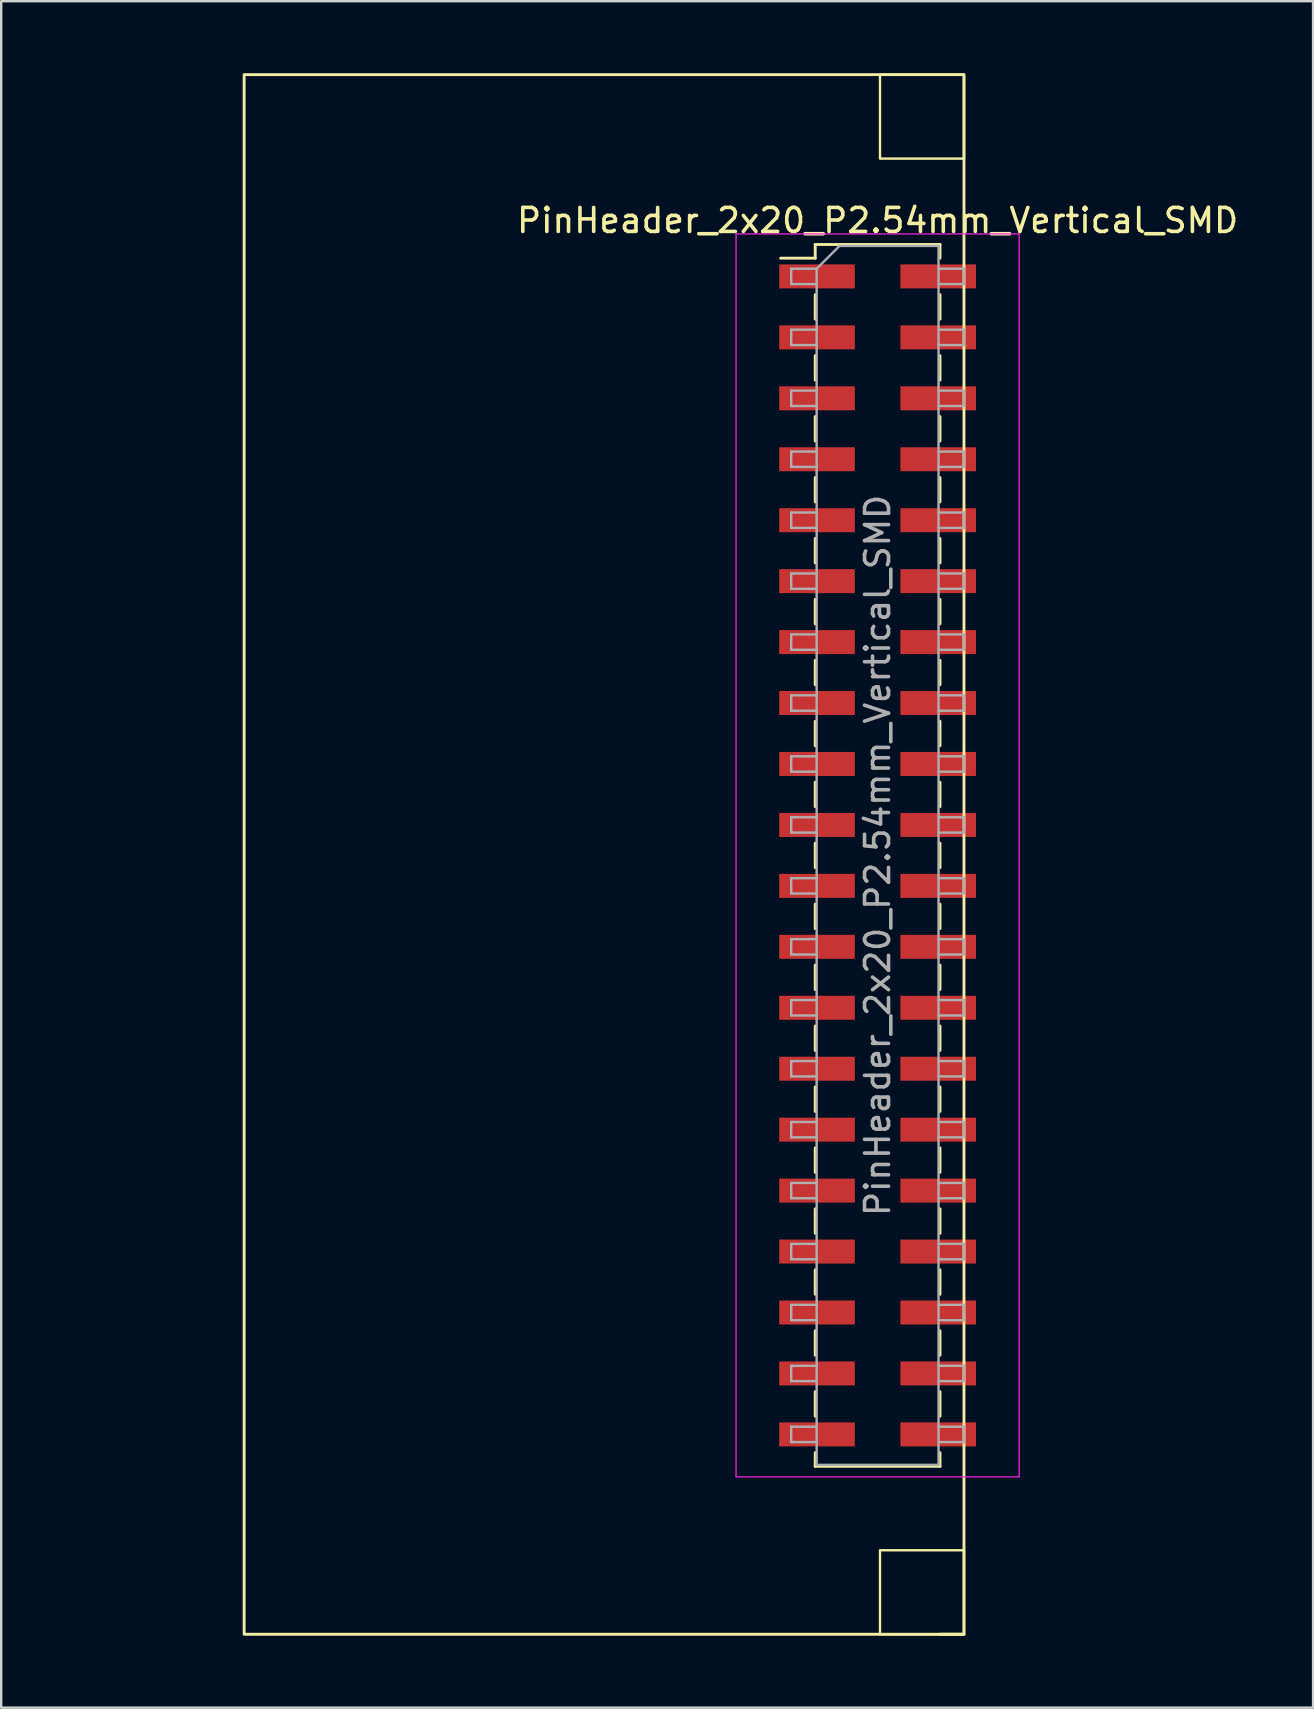
<source format=kicad_pcb>
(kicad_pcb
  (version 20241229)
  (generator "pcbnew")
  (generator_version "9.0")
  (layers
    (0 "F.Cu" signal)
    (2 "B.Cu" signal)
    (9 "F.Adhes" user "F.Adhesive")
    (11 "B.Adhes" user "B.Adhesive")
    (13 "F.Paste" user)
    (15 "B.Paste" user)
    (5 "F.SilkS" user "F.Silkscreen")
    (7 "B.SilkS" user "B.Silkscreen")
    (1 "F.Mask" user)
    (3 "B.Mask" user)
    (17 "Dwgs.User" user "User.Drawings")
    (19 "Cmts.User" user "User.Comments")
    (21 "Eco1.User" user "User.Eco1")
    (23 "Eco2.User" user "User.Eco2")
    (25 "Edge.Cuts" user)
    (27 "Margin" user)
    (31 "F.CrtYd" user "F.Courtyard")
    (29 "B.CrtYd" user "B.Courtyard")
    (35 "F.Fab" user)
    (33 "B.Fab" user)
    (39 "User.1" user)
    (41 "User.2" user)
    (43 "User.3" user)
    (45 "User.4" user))
  (footprint "PinHeader_2x20_P2.54mm_Vertical_SMD"
    (layer "F.Cu")
    (at 33.525 32.6)
    (property "Reference" "PinHeader_2x20_P2.54mm_Vertical_SMD" (at 0 -26.46 0) (layer "F.SilkS") (effects (font (size 1 1) (thickness 0.15))))
    (attr smd)
    (fp_line (start -4.04 -24.89) (end -2.6 -24.89) (stroke (width 0.12) (type solid)) (layer "F.SilkS"))
    (fp_line (start -2.6 -25.46) (end -2.6 -24.89) (stroke (width 0.12) (type solid)) (layer "F.SilkS"))
    (fp_line (start -2.6 -25.46) (end 2.6 -25.46) (stroke (width 0.12) (type solid)) (layer "F.SilkS"))
    (fp_line (start -2.6 -23.37) (end -2.6 -22.35) (stroke (width 0.12) (type solid)) (layer "F.SilkS"))
    (fp_line (start -2.6 -20.83) (end -2.6 -19.81) (stroke (width 0.12) (type solid)) (layer "F.SilkS"))
    (fp_line (start -2.6 -18.29) (end -2.6 -17.27) (stroke (width 0.12) (type solid)) (layer "F.SilkS"))
    (fp_line (start -2.6 -15.75) (end -2.6 -14.73) (stroke (width 0.12) (type solid)) (layer "F.SilkS"))
    (fp_line (start -2.6 -13.21) (end -2.6 -12.19) (stroke (width 0.12) (type solid)) (layer "F.SilkS"))
    (fp_line (start -2.6 -10.67) (end -2.6 -9.65) (stroke (width 0.12) (type solid)) (layer "F.SilkS"))
    (fp_line (start -2.6 -8.13) (end -2.6 -7.11) (stroke (width 0.12) (type solid)) (layer "F.SilkS"))
    (fp_line (start -2.6 -5.59) (end -2.6 -4.57) (stroke (width 0.12) (type solid)) (layer "F.SilkS"))
    (fp_line (start -2.6 -3.05) (end -2.6 -2.03) (stroke (width 0.12) (type solid)) (layer "F.SilkS"))
    (fp_line (start -2.6 -0.51) (end -2.6 0.51) (stroke (width 0.12) (type solid)) (layer "F.SilkS"))
    (fp_line (start -2.6 2.03) (end -2.6 3.05) (stroke (width 0.12) (type solid)) (layer "F.SilkS"))
    (fp_line (start -2.6 4.57) (end -2.6 5.59) (stroke (width 0.12) (type solid)) (layer "F.SilkS"))
    (fp_line (start -2.6 7.11) (end -2.6 8.13) (stroke (width 0.12) (type solid)) (layer "F.SilkS"))
    (fp_line (start -2.6 9.65) (end -2.6 10.67) (stroke (width 0.12) (type solid)) (layer "F.SilkS"))
    (fp_line (start -2.6 12.19) (end -2.6 13.21) (stroke (width 0.12) (type solid)) (layer "F.SilkS"))
    (fp_line (start -2.6 14.73) (end -2.6 15.75) (stroke (width 0.12) (type solid)) (layer "F.SilkS"))
    (fp_line (start -2.6 17.27) (end -2.6 18.29) (stroke (width 0.12) (type solid)) (layer "F.SilkS"))
    (fp_line (start -2.6 19.81) (end -2.6 20.83) (stroke (width 0.12) (type solid)) (layer "F.SilkS"))
    (fp_line (start -2.6 22.35) (end -2.6 23.37) (stroke (width 0.12) (type solid)) (layer "F.SilkS"))
    (fp_line (start -2.6 24.89) (end -2.6 25.46) (stroke (width 0.12) (type solid)) (layer "F.SilkS"))
    (fp_line (start -2.6 25.46) (end 2.6 25.46) (stroke (width 0.12) (type solid)) (layer "F.SilkS"))
    (fp_line (start 2.6 -25.46) (end 2.6 -24.89) (stroke (width 0.12) (type solid)) (layer "F.SilkS"))
    (fp_line (start 2.6 -23.37) (end 2.6 -22.35) (stroke (width 0.12) (type solid)) (layer "F.SilkS"))
    (fp_line (start 2.6 -20.83) (end 2.6 -19.81) (stroke (width 0.12) (type solid)) (layer "F.SilkS"))
    (fp_line (start 2.6 -18.29) (end 2.6 -17.27) (stroke (width 0.12) (type solid)) (layer "F.SilkS"))
    (fp_line (start 2.6 -15.75) (end 2.6 -14.73) (stroke (width 0.12) (type solid)) (layer "F.SilkS"))
    (fp_line (start 2.6 -13.21) (end 2.6 -12.19) (stroke (width 0.12) (type solid)) (layer "F.SilkS"))
    (fp_line (start 2.6 -10.67) (end 2.6 -9.65) (stroke (width 0.12) (type solid)) (layer "F.SilkS"))
    (fp_line (start 2.6 -8.13) (end 2.6 -7.11) (stroke (width 0.12) (type solid)) (layer "F.SilkS"))
    (fp_line (start 2.6 -5.59) (end 2.6 -4.57) (stroke (width 0.12) (type solid)) (layer "F.SilkS"))
    (fp_line (start 2.6 -3.05) (end 2.6 -2.03) (stroke (width 0.12) (type solid)) (layer "F.SilkS"))
    (fp_line (start 2.6 -0.51) (end 2.6 0.51) (stroke (width 0.12) (type solid)) (layer "F.SilkS"))
    (fp_line (start 2.6 2.03) (end 2.6 3.05) (stroke (width 0.12) (type solid)) (layer "F.SilkS"))
    (fp_line (start 2.6 4.57) (end 2.6 5.59) (stroke (width 0.12) (type solid)) (layer "F.SilkS"))
    (fp_line (start 2.6 7.11) (end 2.6 8.13) (stroke (width 0.12) (type solid)) (layer "F.SilkS"))
    (fp_line (start 2.6 9.65) (end 2.6 10.67) (stroke (width 0.12) (type solid)) (layer "F.SilkS"))
    (fp_line (start 2.6 12.19) (end 2.6 13.21) (stroke (width 0.12) (type solid)) (layer "F.SilkS"))
    (fp_line (start 2.6 14.73) (end 2.6 15.75) (stroke (width 0.12) (type solid)) (layer "F.SilkS"))
    (fp_line (start 2.6 17.27) (end 2.6 18.29) (stroke (width 0.12) (type solid)) (layer "F.SilkS"))
    (fp_line (start 2.6 19.81) (end 2.6 20.83) (stroke (width 0.12) (type solid)) (layer "F.SilkS"))
    (fp_line (start 2.6 22.35) (end 2.6 23.37) (stroke (width 0.12) (type solid)) (layer "F.SilkS"))
    (fp_line (start 2.6 24.89) (end 2.6 25.46) (stroke (width 0.12) (type solid)) (layer "F.SilkS"))
    (fp_line (start 2.6 32.46) (end 3.6 32.46) (stroke (width 0.12) (type solid)) (layer "F.SilkS"))
    (fp_rect (start 3.6 -32.54) (end 0.1 -29.04) (stroke (width 0.1) (type default)) (fill no) (layer "F.SilkS"))
    (fp_rect (start 3.6 32.46) (end -26.4 -32.54) (stroke (width 0.12) (type solid)) (fill no) (layer "F.SilkS"))
    (fp_rect (start 3.6 32.46) (end 0.1 28.96) (stroke (width 0.1) (type default)) (fill no) (layer "F.SilkS"))
    (fp_line (start -26.395 8.89) (end -24.845 7.94) (stroke (width 0.1) (type default)) (layer "Eco1.User"))
    (fp_line (start -24.845 9.84) (end -26.395 8.89) (stroke (width 0.1) (type default)) (layer "Eco1.User"))
    (fp_line (start 2.525 8.89) (end -33.475 8.89) (stroke (width 0.1) (type default)) (layer "Eco1.User"))
    (fp_circle (center -24.845 7.94) (end -24.045 7.94) (stroke (width 0.1) (type solid)) (fill no) (layer "Eco1.User"))
    (fp_circle (center -24.845 9.84) (end -24.045 9.84) (stroke (width 0.1) (type solid)) (fill no) (layer "Eco1.User"))
    (fp_line (start -5.9 -25.9) (end -5.9 25.9) (stroke (width 0.05) (type solid)) (layer "F.CrtYd"))
    (fp_line (start -5.9 25.9) (end 5.9 25.9) (stroke (width 0.05) (type solid)) (layer "F.CrtYd"))
    (fp_line (start 5.9 -25.9) (end -5.9 -25.9) (stroke (width 0.05) (type solid)) (layer "F.CrtYd"))
    (fp_line (start 5.9 25.9) (end 5.9 -25.9) (stroke (width 0.05) (type solid)) (layer "F.CrtYd"))
    (fp_line (start -3.6 -24.45) (end -3.6 -23.81) (stroke (width 0.1) (type solid)) (layer "F.Fab"))
    (fp_line (start -3.6 -23.81) (end -2.54 -23.81) (stroke (width 0.1) (type solid)) (layer "F.Fab"))
    (fp_line (start -3.6 -21.91) (end -3.6 -21.27) (stroke (width 0.1) (type solid)) (layer "F.Fab"))
    (fp_line (start -3.6 -21.27) (end -2.54 -21.27) (stroke (width 0.1) (type solid)) (layer "F.Fab"))
    (fp_line (start -3.6 -19.37) (end -3.6 -18.73) (stroke (width 0.1) (type solid)) (layer "F.Fab"))
    (fp_line (start -3.6 -18.73) (end -2.54 -18.73) (stroke (width 0.1) (type solid)) (layer "F.Fab"))
    (fp_line (start -3.6 -16.83) (end -3.6 -16.19) (stroke (width 0.1) (type solid)) (layer "F.Fab"))
    (fp_line (start -3.6 -16.19) (end -2.54 -16.19) (stroke (width 0.1) (type solid)) (layer "F.Fab"))
    (fp_line (start -3.6 -14.29) (end -3.6 -13.65) (stroke (width 0.1) (type solid)) (layer "F.Fab"))
    (fp_line (start -3.6 -13.65) (end -2.54 -13.65) (stroke (width 0.1) (type solid)) (layer "F.Fab"))
    (fp_line (start -3.6 -11.75) (end -3.6 -11.11) (stroke (width 0.1) (type solid)) (layer "F.Fab"))
    (fp_line (start -3.6 -11.11) (end -2.54 -11.11) (stroke (width 0.1) (type solid)) (layer "F.Fab"))
    (fp_line (start -3.6 -9.21) (end -3.6 -8.57) (stroke (width 0.1) (type solid)) (layer "F.Fab"))
    (fp_line (start -3.6 -8.57) (end -2.54 -8.57) (stroke (width 0.1) (type solid)) (layer "F.Fab"))
    (fp_line (start -3.6 -6.67) (end -3.6 -6.03) (stroke (width 0.1) (type solid)) (layer "F.Fab"))
    (fp_line (start -3.6 -6.03) (end -2.54 -6.03) (stroke (width 0.1) (type solid)) (layer "F.Fab"))
    (fp_line (start -3.6 -4.13) (end -3.6 -3.49) (stroke (width 0.1) (type solid)) (layer "F.Fab"))
    (fp_line (start -3.6 -3.49) (end -2.54 -3.49) (stroke (width 0.1) (type solid)) (layer "F.Fab"))
    (fp_line (start -3.6 -1.59) (end -3.6 -0.95) (stroke (width 0.1) (type solid)) (layer "F.Fab"))
    (fp_line (start -3.6 -0.95) (end -2.54 -0.95) (stroke (width 0.1) (type solid)) (layer "F.Fab"))
    (fp_line (start -3.6 0.95) (end -3.6 1.59) (stroke (width 0.1) (type solid)) (layer "F.Fab"))
    (fp_line (start -3.6 1.59) (end -2.54 1.59) (stroke (width 0.1) (type solid)) (layer "F.Fab"))
    (fp_line (start -3.6 3.49) (end -3.6 4.13) (stroke (width 0.1) (type solid)) (layer "F.Fab"))
    (fp_line (start -3.6 4.13) (end -2.54 4.13) (stroke (width 0.1) (type solid)) (layer "F.Fab"))
    (fp_line (start -3.6 6.03) (end -3.6 6.67) (stroke (width 0.1) (type solid)) (layer "F.Fab"))
    (fp_line (start -3.6 6.67) (end -2.54 6.67) (stroke (width 0.1) (type solid)) (layer "F.Fab"))
    (fp_line (start -3.6 8.57) (end -3.6 9.21) (stroke (width 0.1) (type solid)) (layer "F.Fab"))
    (fp_line (start -3.6 9.21) (end -2.54 9.21) (stroke (width 0.1) (type solid)) (layer "F.Fab"))
    (fp_line (start -3.6 11.11) (end -3.6 11.75) (stroke (width 0.1) (type solid)) (layer "F.Fab"))
    (fp_line (start -3.6 11.75) (end -2.54 11.75) (stroke (width 0.1) (type solid)) (layer "F.Fab"))
    (fp_line (start -3.6 13.65) (end -3.6 14.29) (stroke (width 0.1) (type solid)) (layer "F.Fab"))
    (fp_line (start -3.6 14.29) (end -2.54 14.29) (stroke (width 0.1) (type solid)) (layer "F.Fab"))
    (fp_line (start -3.6 16.19) (end -3.6 16.83) (stroke (width 0.1) (type solid)) (layer "F.Fab"))
    (fp_line (start -3.6 16.83) (end -2.54 16.83) (stroke (width 0.1) (type solid)) (layer "F.Fab"))
    (fp_line (start -3.6 18.73) (end -3.6 19.37) (stroke (width 0.1) (type solid)) (layer "F.Fab"))
    (fp_line (start -3.6 19.37) (end -2.54 19.37) (stroke (width 0.1) (type solid)) (layer "F.Fab"))
    (fp_line (start -3.6 21.27) (end -3.6 21.91) (stroke (width 0.1) (type solid)) (layer "F.Fab"))
    (fp_line (start -3.6 21.91) (end -2.54 21.91) (stroke (width 0.1) (type solid)) (layer "F.Fab"))
    (fp_line (start -3.6 23.81) (end -3.6 24.45) (stroke (width 0.1) (type solid)) (layer "F.Fab"))
    (fp_line (start -3.6 24.45) (end -2.54 24.45) (stroke (width 0.1) (type solid)) (layer "F.Fab"))
    (fp_line (start -2.54 -24.45) (end -3.6 -24.45) (stroke (width 0.1) (type solid)) (layer "F.Fab"))
    (fp_line (start -2.54 -24.45) (end -1.59 -25.4) (stroke (width 0.1) (type solid)) (layer "F.Fab"))
    (fp_line (start -2.54 -21.91) (end -3.6 -21.91) (stroke (width 0.1) (type solid)) (layer "F.Fab"))
    (fp_line (start -2.54 -19.37) (end -3.6 -19.37) (stroke (width 0.1) (type solid)) (layer "F.Fab"))
    (fp_line (start -2.54 -16.83) (end -3.6 -16.83) (stroke (width 0.1) (type solid)) (layer "F.Fab"))
    (fp_line (start -2.54 -14.29) (end -3.6 -14.29) (stroke (width 0.1) (type solid)) (layer "F.Fab"))
    (fp_line (start -2.54 -11.75) (end -3.6 -11.75) (stroke (width 0.1) (type solid)) (layer "F.Fab"))
    (fp_line (start -2.54 -9.21) (end -3.6 -9.21) (stroke (width 0.1) (type solid)) (layer "F.Fab"))
    (fp_line (start -2.54 -6.67) (end -3.6 -6.67) (stroke (width 0.1) (type solid)) (layer "F.Fab"))
    (fp_line (start -2.54 -4.13) (end -3.6 -4.13) (stroke (width 0.1) (type solid)) (layer "F.Fab"))
    (fp_line (start -2.54 -1.59) (end -3.6 -1.59) (stroke (width 0.1) (type solid)) (layer "F.Fab"))
    (fp_line (start -2.54 0.95) (end -3.6 0.95) (stroke (width 0.1) (type solid)) (layer "F.Fab"))
    (fp_line (start -2.54 3.49) (end -3.6 3.49) (stroke (width 0.1) (type solid)) (layer "F.Fab"))
    (fp_line (start -2.54 6.03) (end -3.6 6.03) (stroke (width 0.1) (type solid)) (layer "F.Fab"))
    (fp_line (start -2.54 8.57) (end -3.6 8.57) (stroke (width 0.1) (type solid)) (layer "F.Fab"))
    (fp_line (start -2.54 11.11) (end -3.6 11.11) (stroke (width 0.1) (type solid)) (layer "F.Fab"))
    (fp_line (start -2.54 13.65) (end -3.6 13.65) (stroke (width 0.1) (type solid)) (layer "F.Fab"))
    (fp_line (start -2.54 16.19) (end -3.6 16.19) (stroke (width 0.1) (type solid)) (layer "F.Fab"))
    (fp_line (start -2.54 18.73) (end -3.6 18.73) (stroke (width 0.1) (type solid)) (layer "F.Fab"))
    (fp_line (start -2.54 21.27) (end -3.6 21.27) (stroke (width 0.1) (type solid)) (layer "F.Fab"))
    (fp_line (start -2.54 23.81) (end -3.6 23.81) (stroke (width 0.1) (type solid)) (layer "F.Fab"))
    (fp_line (start -2.54 25.4) (end -2.54 -24.45) (stroke (width 0.1) (type solid)) (layer "F.Fab"))
    (fp_line (start -1.59 -25.4) (end 2.54 -25.4) (stroke (width 0.1) (type solid)) (layer "F.Fab"))
    (fp_line (start 2.54 -25.4) (end 2.54 25.4) (stroke (width 0.1) (type solid)) (layer "F.Fab"))
    (fp_line (start 2.54 -24.45) (end 3.6 -24.45) (stroke (width 0.1) (type solid)) (layer "F.Fab"))
    (fp_line (start 2.54 -21.91) (end 3.6 -21.91) (stroke (width 0.1) (type solid)) (layer "F.Fab"))
    (fp_line (start 2.54 -19.37) (end 3.6 -19.37) (stroke (width 0.1) (type solid)) (layer "F.Fab"))
    (fp_line (start 2.54 -16.83) (end 3.6 -16.83) (stroke (width 0.1) (type solid)) (layer "F.Fab"))
    (fp_line (start 2.54 -14.29) (end 3.6 -14.29) (stroke (width 0.1) (type solid)) (layer "F.Fab"))
    (fp_line (start 2.54 -11.75) (end 3.6 -11.75) (stroke (width 0.1) (type solid)) (layer "F.Fab"))
    (fp_line (start 2.54 -9.21) (end 3.6 -9.21) (stroke (width 0.1) (type solid)) (layer "F.Fab"))
    (fp_line (start 2.54 -6.67) (end 3.6 -6.67) (stroke (width 0.1) (type solid)) (layer "F.Fab"))
    (fp_line (start 2.54 -4.13) (end 3.6 -4.13) (stroke (width 0.1) (type solid)) (layer "F.Fab"))
    (fp_line (start 2.54 -1.59) (end 3.6 -1.59) (stroke (width 0.1) (type solid)) (layer "F.Fab"))
    (fp_line (start 2.54 0.95) (end 3.6 0.95) (stroke (width 0.1) (type solid)) (layer "F.Fab"))
    (fp_line (start 2.54 3.49) (end 3.6 3.49) (stroke (width 0.1) (type solid)) (layer "F.Fab"))
    (fp_line (start 2.54 6.03) (end 3.6 6.03) (stroke (width 0.1) (type solid)) (layer "F.Fab"))
    (fp_line (start 2.54 8.57) (end 3.6 8.57) (stroke (width 0.1) (type solid)) (layer "F.Fab"))
    (fp_line (start 2.54 11.11) (end 3.6 11.11) (stroke (width 0.1) (type solid)) (layer "F.Fab"))
    (fp_line (start 2.54 13.65) (end 3.6 13.65) (stroke (width 0.1) (type solid)) (layer "F.Fab"))
    (fp_line (start 2.54 16.19) (end 3.6 16.19) (stroke (width 0.1) (type solid)) (layer "F.Fab"))
    (fp_line (start 2.54 18.73) (end 3.6 18.73) (stroke (width 0.1) (type solid)) (layer "F.Fab"))
    (fp_line (start 2.54 21.27) (end 3.6 21.27) (stroke (width 0.1) (type solid)) (layer "F.Fab"))
    (fp_line (start 2.54 23.81) (end 3.6 23.81) (stroke (width 0.1) (type solid)) (layer "F.Fab"))
    (fp_line (start 2.54 25.4) (end -2.54 25.4) (stroke (width 0.1) (type solid)) (layer "F.Fab"))
    (fp_line (start 3.6 -24.45) (end 3.6 -23.81) (stroke (width 0.1) (type solid)) (layer "F.Fab"))
    (fp_line (start 3.6 -23.81) (end 2.54 -23.81) (stroke (width 0.1) (type solid)) (layer "F.Fab"))
    (fp_line (start 3.6 -21.91) (end 3.6 -21.27) (stroke (width 0.1) (type solid)) (layer "F.Fab"))
    (fp_line (start 3.6 -21.27) (end 2.54 -21.27) (stroke (width 0.1) (type solid)) (layer "F.Fab"))
    (fp_line (start 3.6 -19.37) (end 3.6 -18.73) (stroke (width 0.1) (type solid)) (layer "F.Fab"))
    (fp_line (start 3.6 -18.73) (end 2.54 -18.73) (stroke (width 0.1) (type solid)) (layer "F.Fab"))
    (fp_line (start 3.6 -16.83) (end 3.6 -16.19) (stroke (width 0.1) (type solid)) (layer "F.Fab"))
    (fp_line (start 3.6 -16.19) (end 2.54 -16.19) (stroke (width 0.1) (type solid)) (layer "F.Fab"))
    (fp_line (start 3.6 -14.29) (end 3.6 -13.65) (stroke (width 0.1) (type solid)) (layer "F.Fab"))
    (fp_line (start 3.6 -13.65) (end 2.54 -13.65) (stroke (width 0.1) (type solid)) (layer "F.Fab"))
    (fp_line (start 3.6 -11.75) (end 3.6 -11.11) (stroke (width 0.1) (type solid)) (layer "F.Fab"))
    (fp_line (start 3.6 -11.11) (end 2.54 -11.11) (stroke (width 0.1) (type solid)) (layer "F.Fab"))
    (fp_line (start 3.6 -9.21) (end 3.6 -8.57) (stroke (width 0.1) (type solid)) (layer "F.Fab"))
    (fp_line (start 3.6 -8.57) (end 2.54 -8.57) (stroke (width 0.1) (type solid)) (layer "F.Fab"))
    (fp_line (start 3.6 -6.67) (end 3.6 -6.03) (stroke (width 0.1) (type solid)) (layer "F.Fab"))
    (fp_line (start 3.6 -6.03) (end 2.54 -6.03) (stroke (width 0.1) (type solid)) (layer "F.Fab"))
    (fp_line (start 3.6 -4.13) (end 3.6 -3.49) (stroke (width 0.1) (type solid)) (layer "F.Fab"))
    (fp_line (start 3.6 -3.49) (end 2.54 -3.49) (stroke (width 0.1) (type solid)) (layer "F.Fab"))
    (fp_line (start 3.6 -1.59) (end 3.6 -0.95) (stroke (width 0.1) (type solid)) (layer "F.Fab"))
    (fp_line (start 3.6 -0.95) (end 2.54 -0.95) (stroke (width 0.1) (type solid)) (layer "F.Fab"))
    (fp_line (start 3.6 0.95) (end 3.6 1.59) (stroke (width 0.1) (type solid)) (layer "F.Fab"))
    (fp_line (start 3.6 1.59) (end 2.54 1.59) (stroke (width 0.1) (type solid)) (layer "F.Fab"))
    (fp_line (start 3.6 3.49) (end 3.6 4.13) (stroke (width 0.1) (type solid)) (layer "F.Fab"))
    (fp_line (start 3.6 4.13) (end 2.54 4.13) (stroke (width 0.1) (type solid)) (layer "F.Fab"))
    (fp_line (start 3.6 6.03) (end 3.6 6.67) (stroke (width 0.1) (type solid)) (layer "F.Fab"))
    (fp_line (start 3.6 6.67) (end 2.54 6.67) (stroke (width 0.1) (type solid)) (layer "F.Fab"))
    (fp_line (start 3.6 8.57) (end 3.6 9.21) (stroke (width 0.1) (type solid)) (layer "F.Fab"))
    (fp_line (start 3.6 9.21) (end 2.54 9.21) (stroke (width 0.1) (type solid)) (layer "F.Fab"))
    (fp_line (start 3.6 11.11) (end 3.6 11.75) (stroke (width 0.1) (type solid)) (layer "F.Fab"))
    (fp_line (start 3.6 11.75) (end 2.54 11.75) (stroke (width 0.1) (type solid)) (layer "F.Fab"))
    (fp_line (start 3.6 13.65) (end 3.6 14.29) (stroke (width 0.1) (type solid)) (layer "F.Fab"))
    (fp_line (start 3.6 14.29) (end 2.54 14.29) (stroke (width 0.1) (type solid)) (layer "F.Fab"))
    (fp_line (start 3.6 16.19) (end 3.6 16.83) (stroke (width 0.1) (type solid)) (layer "F.Fab"))
    (fp_line (start 3.6 16.83) (end 2.54 16.83) (stroke (width 0.1) (type solid)) (layer "F.Fab"))
    (fp_line (start 3.6 18.73) (end 3.6 19.37) (stroke (width 0.1) (type solid)) (layer "F.Fab"))
    (fp_line (start 3.6 19.37) (end 2.54 19.37) (stroke (width 0.1) (type solid)) (layer "F.Fab"))
    (fp_line (start 3.6 21.27) (end 3.6 21.91) (stroke (width 0.1) (type solid)) (layer "F.Fab"))
    (fp_line (start 3.6 21.91) (end 2.54 21.91) (stroke (width 0.1) (type solid)) (layer "F.Fab"))
    (fp_line (start 3.6 23.81) (end 3.6 24.45) (stroke (width 0.1) (type solid)) (layer "F.Fab"))
    (fp_line (start 3.6 24.45) (end 2.54 24.45) (stroke (width 0.1) (type solid)) (layer "F.Fab"))
    (fp_text user "${REFERENCE}" (at 0 0 90) (layer "F.Fab") (effects (font (size 1 1) (thickness 0.15))))
    (pad "1" smd rect (at -2.525 -24.13) (size 3.15 1) (layers "F.Cu" "F.Mask" "F.Paste"))
    (pad "2" smd rect (at 2.525 -24.13) (size 3.15 1) (layers "F.Cu" "F.Mask" "F.Paste"))
    (pad "3" smd rect (at -2.525 -21.59) (size 3.15 1) (layers "F.Cu" "F.Mask" "F.Paste"))
    (pad "4" smd rect (at 2.525 -21.59) (size 3.15 1) (layers "F.Cu" "F.Mask" "F.Paste"))
    (pad "5" smd rect (at -2.525 -19.05) (size 3.15 1) (layers "F.Cu" "F.Mask" "F.Paste"))
    (pad "6" smd rect (at 2.525 -19.05) (size 3.15 1) (layers "F.Cu" "F.Mask" "F.Paste"))
    (pad "7" smd rect (at -2.525 -16.51) (size 3.15 1) (layers "F.Cu" "F.Mask" "F.Paste"))
    (pad "8" smd rect (at 2.525 -16.51) (size 3.15 1) (layers "F.Cu" "F.Mask" "F.Paste"))
    (pad "9" smd rect (at -2.525 -13.97) (size 3.15 1) (layers "F.Cu" "F.Mask" "F.Paste"))
    (pad "10" smd rect (at 2.525 -13.97) (size 3.15 1) (layers "F.Cu" "F.Mask" "F.Paste"))
    (pad "11" smd rect (at -2.525 -11.43) (size 3.15 1) (layers "F.Cu" "F.Mask" "F.Paste"))
    (pad "12" smd rect (at 2.525 -11.43) (size 3.15 1) (layers "F.Cu" "F.Mask" "F.Paste"))
    (pad "13" smd rect (at -2.525 -8.89) (size 3.15 1) (layers "F.Cu" "F.Mask" "F.Paste"))
    (pad "14" smd rect (at 2.525 -8.89) (size 3.15 1) (layers "F.Cu" "F.Mask" "F.Paste"))
    (pad "15" smd rect (at -2.525 -6.35) (size 3.15 1) (layers "F.Cu" "F.Mask" "F.Paste"))
    (pad "16" smd rect (at 2.525 -6.35) (size 3.15 1) (layers "F.Cu" "F.Mask" "F.Paste"))
    (pad "17" smd rect (at -2.525 -3.81) (size 3.15 1) (layers "F.Cu" "F.Mask" "F.Paste"))
    (pad "18" smd rect (at 2.525 -3.81) (size 3.15 1) (layers "F.Cu" "F.Mask" "F.Paste"))
    (pad "19" smd rect (at -2.525 -1.27) (size 3.15 1) (layers "F.Cu" "F.Mask" "F.Paste"))
    (pad "20" smd rect (at 2.525 -1.27) (size 3.15 1) (layers "F.Cu" "F.Mask" "F.Paste"))
    (pad "21" smd rect (at -2.525 1.27) (size 3.15 1) (layers "F.Cu" "F.Mask" "F.Paste"))
    (pad "22" smd rect (at 2.525 1.27) (size 3.15 1) (layers "F.Cu" "F.Mask" "F.Paste"))
    (pad "23" smd rect (at -2.525 3.81) (size 3.15 1) (layers "F.Cu" "F.Mask" "F.Paste"))
    (pad "24" smd rect (at 2.525 3.81) (size 3.15 1) (layers "F.Cu" "F.Mask" "F.Paste"))
    (pad "25" smd rect (at -2.525 6.35) (size 3.15 1) (layers "F.Cu" "F.Mask" "F.Paste"))
    (pad "26" smd rect (at 2.525 6.35) (size 3.15 1) (layers "F.Cu" "F.Mask" "F.Paste"))
    (pad "27" smd rect (at -2.525 8.89) (size 3.15 1) (layers "F.Cu" "F.Mask" "F.Paste"))
    (pad "28" smd rect (at 2.525 8.89) (size 3.15 1) (layers "F.Cu" "F.Mask" "F.Paste"))
    (pad "29" smd rect (at -2.525 11.43) (size 3.15 1) (layers "F.Cu" "F.Mask" "F.Paste"))
    (pad "30" smd rect (at 2.525 11.43) (size 3.15 1) (layers "F.Cu" "F.Mask" "F.Paste"))
    (pad "31" smd rect (at -2.525 13.97) (size 3.15 1) (layers "F.Cu" "F.Mask" "F.Paste"))
    (pad "32" smd rect (at 2.525 13.97) (size 3.15 1) (layers "F.Cu" "F.Mask" "F.Paste"))
    (pad "33" smd rect (at -2.525 16.51) (size 3.15 1) (layers "F.Cu" "F.Mask" "F.Paste"))
    (pad "34" smd rect (at 2.525 16.51) (size 3.15 1) (layers "F.Cu" "F.Mask" "F.Paste"))
    (pad "35" smd rect (at -2.525 19.05) (size 3.15 1) (layers "F.Cu" "F.Mask" "F.Paste"))
    (pad "36" smd rect (at 2.525 19.05) (size 3.15 1) (layers "F.Cu" "F.Mask" "F.Paste"))
    (pad "37" smd rect (at -2.525 21.59) (size 3.15 1) (layers "F.Cu" "F.Mask" "F.Paste"))
    (pad "38" smd rect (at 2.525 21.59) (size 3.15 1) (layers "F.Cu" "F.Mask" "F.Paste"))
    (pad "39" smd rect (at -2.525 24.13) (size 3.15 1) (layers "F.Cu" "F.Mask" "F.Paste"))
    (pad "40" smd rect (at 2.525 24.13) (size 3.15 1) (layers "F.Cu" "F.Mask" "F.Paste")))
  (gr_rect
    (start -3 -3)
    (end 51.674 68.12)
    (stroke (width 0.1) (type default))
    (fill no)
    (layer "Edge.Cuts")))
</source>
